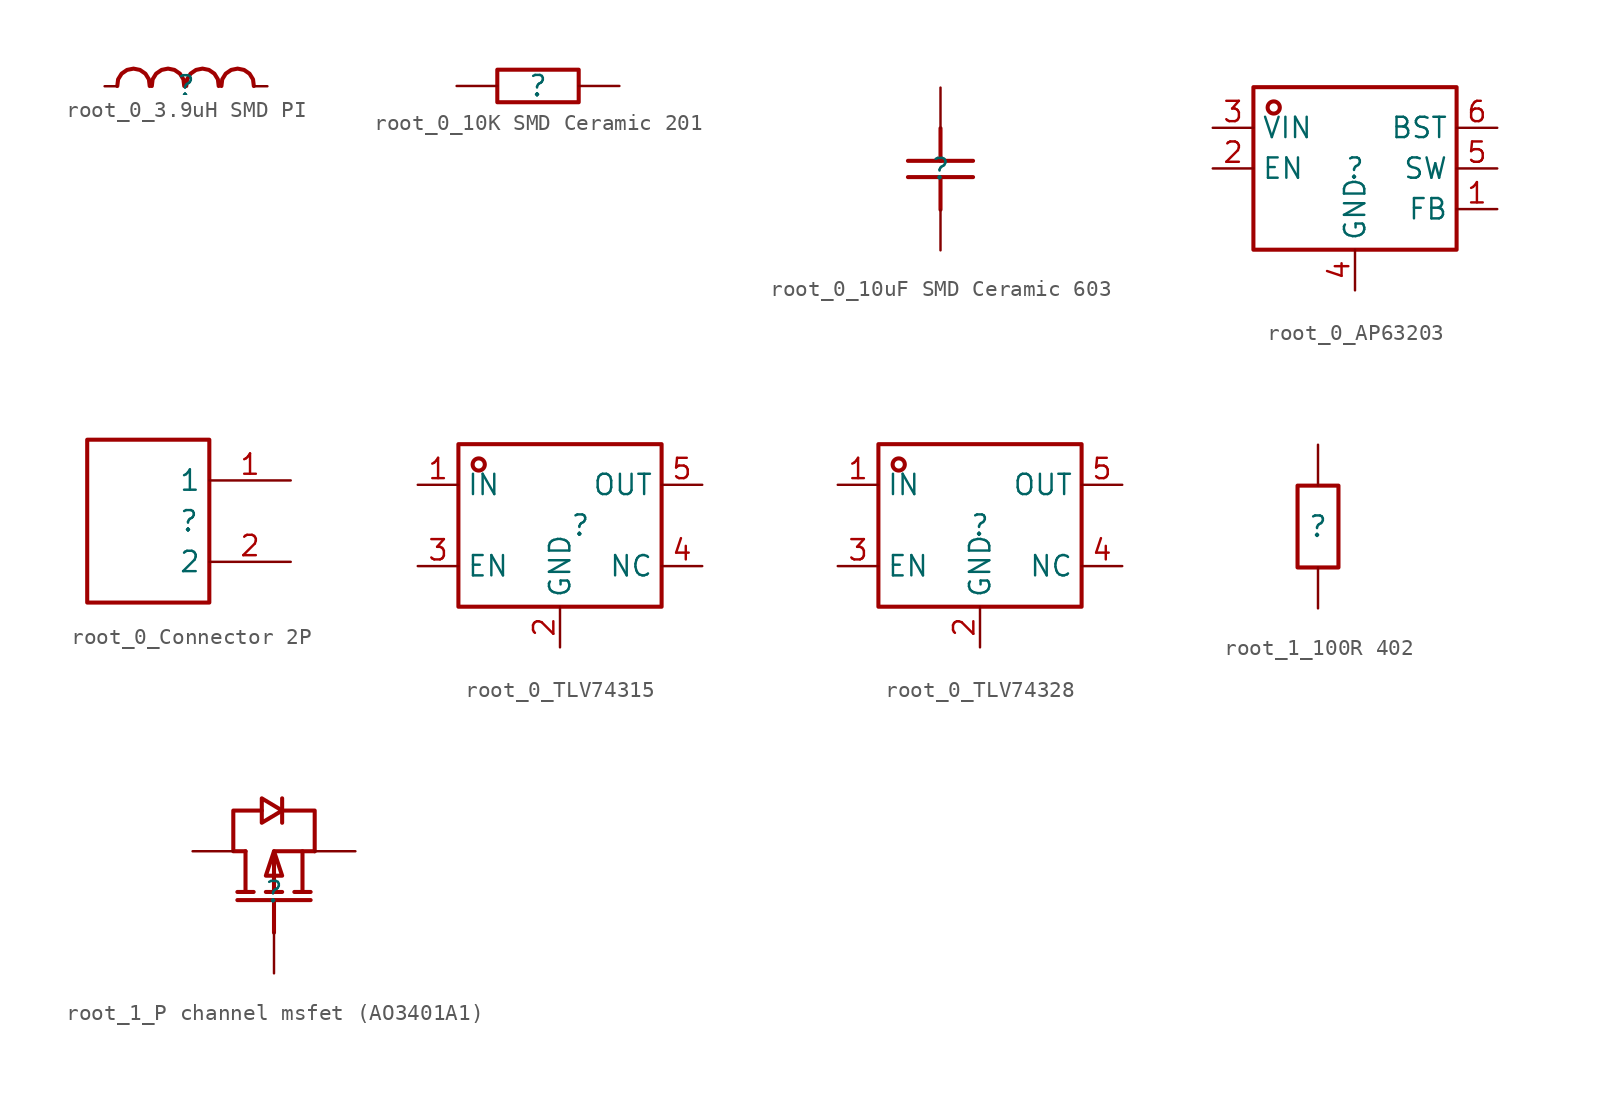
<source format=kicad_sym>
(kicad_symbol_lib
  (version 20231120)
  (generator "kicad_symbol_editor")
  (generator_version "8.0")
  (symbol "root_0_3.9uH SMD PI"
    (property "Reference" ""
      (at 0 0 0)
      (effects (font (size 1.27 1.27))))
    (property "Value" ""
      (at 0 0 0)
      (effects (font (size 1.27 1.27))))
    (symbol "root_0_3.9uH SMD PI_1_0"
      (polyline (pts (xy -4.288 0.015) (xy -4.238 0.431) (xy -4.238 0.431) (xy -4.019 0.786) (xy -4.019 0.786) (xy -3.678 1.02) (xy -3.678 1.02) (xy -3.276 1.1) (xy -3.276 1.1) (xy -2.874 1.019) (xy -2.874 1.019) (xy -2.534 0.785) (xy -2.534 0.785) (xy -2.315 0.43) (xy -2.315 0.43) (xy -2.265 0.014)) (stroke (width 0.254) (type solid) (color 160 0 0 1)) (fill (type none)))
      (polyline (pts (xy -2.133 0.016) (xy -2.083 0.432) (xy -2.083 0.432) (xy -1.864 0.787) (xy -1.864 0.787) (xy -1.523 1.02) (xy -1.523 1.02) (xy -1.121 1.101) (xy -1.121 1.101) (xy -0.719 1.02) (xy -0.719 1.02) (xy -0.379 0.786) (xy -0.379 0.786) (xy -0.161 0.431) (xy -0.161 0.431) (xy -0.111 0.015)) (stroke (width 0.254) (type solid) (color 160 0 0 1)) (fill (type none)))
      (polyline (pts (xy 0.017 0.016) (xy 0.068 0.432) (xy 0.068 0.432) (xy 0.287 0.787) (xy 0.287 0.787) (xy 0.627 1.02) (xy 0.627 1.02) (xy 1.029 1.101) (xy 1.029 1.101) (xy 1.431 1.02) (xy 1.431 1.02) (xy 1.772 0.786) (xy 1.772 0.786) (xy 1.99 0.431) (xy 1.99 0.431) (xy 2.04 0.015)) (stroke (width 0.254) (type solid) (color 160 0 0 1)) (fill (type none)))
      (polyline (pts (xy 2.21 0.015) (xy 2.261 0.431) (xy 2.261 0.431) (xy 2.479 0.786) (xy 2.479 0.786) (xy 2.82 1.02) (xy 2.82 1.02) (xy 3.222 1.1) (xy 3.222 1.1) (xy 3.624 1.019) (xy 3.624 1.019) (xy 3.964 0.785) (xy 3.964 0.785) (xy 4.183 0.43) (xy 4.183 0.43) (xy 4.233 0.014)) (stroke (width 0.254) (type solid) (color 160 0 0 1)) (fill (type none)))
      (pin passive line (at -5.08 0 0) (length 0.762) (name "1" (effects (font (size 0 0)))) (number "1" (effects (font (size 0 0)))))
      (pin passive line (at 5.08 0 180) (length 0.762) (name "2" (effects (font (size 0 0)))) (number "2" (effects (font (size 0 0)))))))
  (symbol "root_0_10K SMD Ceramic 201"
    (property "Reference" ""
      (at 0 0 0)
      (effects (font (size 1.27 1.27))))
    (property "Value" ""
      (at 0 0 0)
      (effects (font (size 1.27 1.27))))
    (symbol "root_0_10K SMD Ceramic 201_1_0"
      (rectangle (start -2.54 1.016) (end 2.54 -1.016) (stroke (width 0.254) (type solid) (color 160 0 0 1)) (fill (type none)))
      (pin passive line (at -5.08 0 0) (length 2.54) (name "1" (effects (font (size 0 0)))) (number "1" (effects (font (size 0 0)))))
      (pin passive line (at 5.08 0 180) (length 2.54) (name "2" (effects (font (size 0 0)))) (number "2" (effects (font (size 0 0)))))))
  (symbol "root_0_10uF SMD Ceramic 603"
    (property "Reference" ""
      (at 0 0 0)
      (effects (font (size 1.27 1.27))))
    (property "Value" ""
      (at 0 0 0)
      (effects (font (size 1.27 1.27))))
    (symbol "root_0_10uF SMD Ceramic 603_1_0"
      (polyline (pts (xy -2.032 0.508) (xy 2.032 0.508)) (stroke (width 0.254) (type solid) (color 160 0 0 1)) (fill (type none)))
      (polyline (pts (xy 0 -0.508) (xy 0 -2.54)) (stroke (width 0.254) (type solid) (color 160 0 0 1)) (fill (type none)))
      (polyline (pts (xy 0 2.54) (xy 0 0.508)) (stroke (width 0.254) (type solid) (color 160 0 0 1)) (fill (type none)))
      (polyline (pts (xy 2.032 -0.508) (xy -2.032 -0.508)) (stroke (width 0.254) (type solid) (color 160 0 0 1)) (fill (type none)))
      (pin passive line (at 0 -5.08 90) (length 2.54) (name "1" (effects (font (size 0 0)))) (number "1" (effects (font (size 0 0)))))
      (pin passive line (at 0 5.08 270) (length 2.54) (name "2" (effects (font (size 0 0)))) (number "2" (effects (font (size 0 0)))))))
  (symbol "root_0_AP63203"
    (property "Reference" ""
      (at 0 0 0)
      (effects (font (size 1.27 1.27))))
    (property "Value" ""
      (at 0 0 0)
      (effects (font (size 1.27 1.27))))
    (symbol "root_0_AP63203_1_0"
      (rectangle (start -6.35 5.08) (end 6.35 -5.08) (stroke (width 0.254) (type solid) (color 160 0 0 1)) (fill (type none)))
      (circle (center -5.08 3.81) (radius 0.381) (stroke (width 0.254) (type solid) (color 160 0 0 1)) (fill (type none)))
      (pin passive line (at 8.89 -2.54 180) (length 2.54) (name "FB" (effects (font (size 1.27 1.27)))) (number "1" (effects (font (size 1.27 1.27)))))
      (pin passive line (at -8.89 0 0) (length 2.54) (name "EN" (effects (font (size 1.27 1.27)))) (number "2" (effects (font (size 1.27 1.27)))))
      (pin passive line (at -8.89 2.54 0) (length 2.54) (name "VIN" (effects (font (size 1.27 1.27)))) (number "3" (effects (font (size 1.27 1.27)))))
      (pin passive line (at 0 -7.62 90) (length 2.54) (name "GND" (effects (font (size 1.27 1.27)))) (number "4" (effects (font (size 1.27 1.27)))))
      (pin passive line (at 8.89 0 180) (length 2.54) (name "SW" (effects (font (size 1.27 1.27)))) (number "5" (effects (font (size 1.27 1.27)))))
      (pin passive line (at 8.89 2.54 180) (length 2.54) (name "BST" (effects (font (size 1.27 1.27)))) (number "6" (effects (font (size 1.27 1.27)))))))
  (symbol "root_0_Connector 2P"
    (property "Reference" ""
      (at 0 0 0)
      (effects (font (size 1.27 1.27))))
    (property "Value" ""
      (at 0 0 0)
      (effects (font (size 1.27 1.27))))
    (symbol "root_0_Connector 2P_1_0"
      (rectangle (start -6.35 5.08) (end 1.27 -5.08) (stroke (width 0.254) (type solid) (color 160 0 0 1)) (fill (type none)))
      (pin passive line (at 6.35 2.54 180) (length 5.08) (name "1" (effects (font (size 1.27 1.27)))) (number "1" (effects (font (size 1.27 1.27)))))
      (pin passive line (at 6.35 -2.54 180) (length 5.08) (name "2" (effects (font (size 1.27 1.27)))) (number "2" (effects (font (size 1.27 1.27)))))))
  (symbol "root_0_TLV74315"
    (property "Reference" ""
      (at 0 0 0)
      (effects (font (size 1.27 1.27))))
    (property "Value" ""
      (at 0 0 0)
      (effects (font (size 1.27 1.27))))
    (symbol "root_0_TLV74315_1_0"
      (rectangle (start -7.62 5.08) (end 5.08 -5.08) (stroke (width 0.254) (type solid) (color 160 0 0 1)) (fill (type none)))
      (circle (center -6.35 3.81) (radius 0.381) (stroke (width 0.254) (type solid) (color 160 0 0 1)) (fill (type none)))
      (pin passive line (at -10.16 2.54 0) (length 2.54) (name "IN" (effects (font (size 1.27 1.27)))) (number "1" (effects (font (size 1.27 1.27)))))
      (pin passive line (at -1.27 -7.62 90) (length 2.54) (name "GND" (effects (font (size 1.27 1.27)))) (number "2" (effects (font (size 1.27 1.27)))))
      (pin passive line (at -10.16 -2.54 0) (length 2.54) (name "EN" (effects (font (size 1.27 1.27)))) (number "3" (effects (font (size 1.27 1.27)))))
      (pin passive line (at 7.62 -2.54 180) (length 2.54) (name "NC" (effects (font (size 1.27 1.27)))) (number "4" (effects (font (size 1.27 1.27)))))
      (pin passive line (at 7.62 2.54 180) (length 2.54) (name "OUT" (effects (font (size 1.27 1.27)))) (number "5" (effects (font (size 1.27 1.27)))))))
  (symbol "root_0_TLV74328"
    (property "Reference" ""
      (at 0 0 0)
      (effects (font (size 1.27 1.27))))
    (property "Value" ""
      (at 0 0 0)
      (effects (font (size 1.27 1.27))))
    (symbol "root_0_TLV74328_1_0"
      (rectangle (start -6.35 5.08) (end 6.35 -5.08) (stroke (width 0.254) (type solid) (color 160 0 0 1)) (fill (type none)))
      (circle (center -5.08 3.81) (radius 0.381) (stroke (width 0.254) (type solid) (color 160 0 0 1)) (fill (type none)))
      (pin passive line (at -8.89 2.54 0) (length 2.54) (name "IN" (effects (font (size 1.27 1.27)))) (number "1" (effects (font (size 1.27 1.27)))))
      (pin passive line (at 0 -7.62 90) (length 2.54) (name "GND" (effects (font (size 1.27 1.27)))) (number "2" (effects (font (size 1.27 1.27)))))
      (pin passive line (at -8.89 -2.54 0) (length 2.54) (name "EN" (effects (font (size 1.27 1.27)))) (number "3" (effects (font (size 1.27 1.27)))))
      (pin passive line (at 8.89 -2.54 180) (length 2.54) (name "NC" (effects (font (size 1.27 1.27)))) (number "4" (effects (font (size 1.27 1.27)))))
      (pin passive line (at 8.89 2.54 180) (length 2.54) (name "OUT" (effects (font (size 1.27 1.27)))) (number "5" (effects (font (size 1.27 1.27)))))))
  (symbol "root_1_100R 402"
    (property "Reference" ""
      (at 0 0 0)
      (effects (font (size 1.27 1.27))))
    (property "Value" ""
      (at 0 0 0)
      (effects (font (size 1.27 1.27))))
    (symbol "root_1_100R 402_1_0"
      (rectangle (start -1.27 2.54) (end 1.27 -2.54) (stroke (width 0.254) (type solid) (color 160 0 0 1)) (fill (type none)))
      (pin passive line (at 0 -5.08 90) (length 2.54) (name "1" (effects (font (size 0 0)))) (number "1" (effects (font (size 0 0)))))
      (pin passive line (at 0 5.08 270) (length 2.54) (name "2" (effects (font (size 0 0)))) (number "2" (effects (font (size 0 0)))))))
  (symbol "root_1_P channel msfet (AO3401A1)"
    (property "Reference" ""
      (at 0 0 0)
      (effects (font (size 1.27 1.27))))
    (property "Value" ""
      (at 0 0 0)
      (effects (font (size 1.27 1.27))))
    (symbol "root_1_P channel msfet (AO3401A1)_1_0"
      (polyline (pts (xy -2.286 -0.508) (xy 2.286 -0.508)) (stroke (width 0.254) (type solid) (color 160 0 0 1)) (fill (type none)))
      (polyline (pts (xy -1.778 2.54) (xy -1.778 0)) (stroke (width 0.254) (type solid) (color 160 0 0 1)) (fill (type none)))
      (polyline (pts (xy -1.27 0) (xy -2.286 0)) (stroke (width 0.254) (type solid) (color 160 0 0 1)) (fill (type none)))
      (polyline (pts (xy 0 -2.54) (xy 0 -0.508)) (stroke (width 0.254) (type solid) (color 160 0 0 1)) (fill (type none)))
      (polyline (pts (xy 0.508 0) (xy -0.508 0)) (stroke (width 0.254) (type solid) (color 160 0 0 1)) (fill (type none)))
      (polyline (pts (xy 1.778 2.54) (xy 1.778 0)) (stroke (width 0.254) (type solid) (color 160 0 0 1)) (fill (type none)))
      (polyline (pts (xy 2.286 0) (xy 1.27 0)) (stroke (width 0.254) (type solid) (color 160 0 0 1)) (fill (type none)))
      (polyline (pts (xy 0 0) (xy 0 2.54) (xy 0 2.54) (xy 2.54 2.54)) (stroke (width 0.254) (type solid) (color 160 0 0 1)) (fill (type none)))
      (polyline (pts (xy 2.54 2.54) (xy 2.54 5.08) (xy 2.54 5.08) (xy 0.508 5.08)) (stroke (width 0.254) (type solid) (color 160 0 0 1)) (fill (type none)))
      (polyline (pts (xy -1.778 2.54) (xy -2.54 2.54) (xy -2.54 2.54) (xy -2.54 5.08) (xy -2.54 5.08) (xy -0.762 5.08)) (stroke (width 0.254) (type solid) (color 160 0 0 1)) (fill (type none)))
      (polyline (pts (xy 0 2.54) (xy -0.508 1.016) (xy -0.508 1.016) (xy 0.508 1.016) (xy 0.508 1.016) (xy 0 2.54)) (stroke (width 0.254) (type solid) (color 160 0 0 1)) (fill (type none)))
      (polyline (pts (xy 0.508 5.08) (xy -0.762 5.842) (xy -0.762 5.842) (xy -0.762 4.318) (xy -0.762 4.318) (xy 0.508 5.08)) (stroke (width 0.254) (type solid) (color 160 0 0 1)) (fill (type none)))
      (polyline (pts (xy 0.508 5.842) (xy 0.508 5.588) (xy 0.508 5.588) (xy 0.508 4.572) (xy 0.508 4.572) (xy 0.508 4.318)) (stroke (width 0.254) (type solid) (color 160 0 0 1)) (fill (type none)))
      (pin passive line (at 0 -5.08 90) (length 2.54) (name "G" (effects (font (size 0 0)))) (number "1" (effects (font (size 0 0)))))
      (pin passive line (at 5.08 2.54 180) (length 2.54) (name "S" (effects (font (size 0 0)))) (number "2" (effects (font (size 0 0)))))
      (pin passive line (at -5.08 2.54 0) (length 2.54) (name "D" (effects (font (size 0 0)))) (number "3" (effects (font (size 0 0))))))))
</source>
